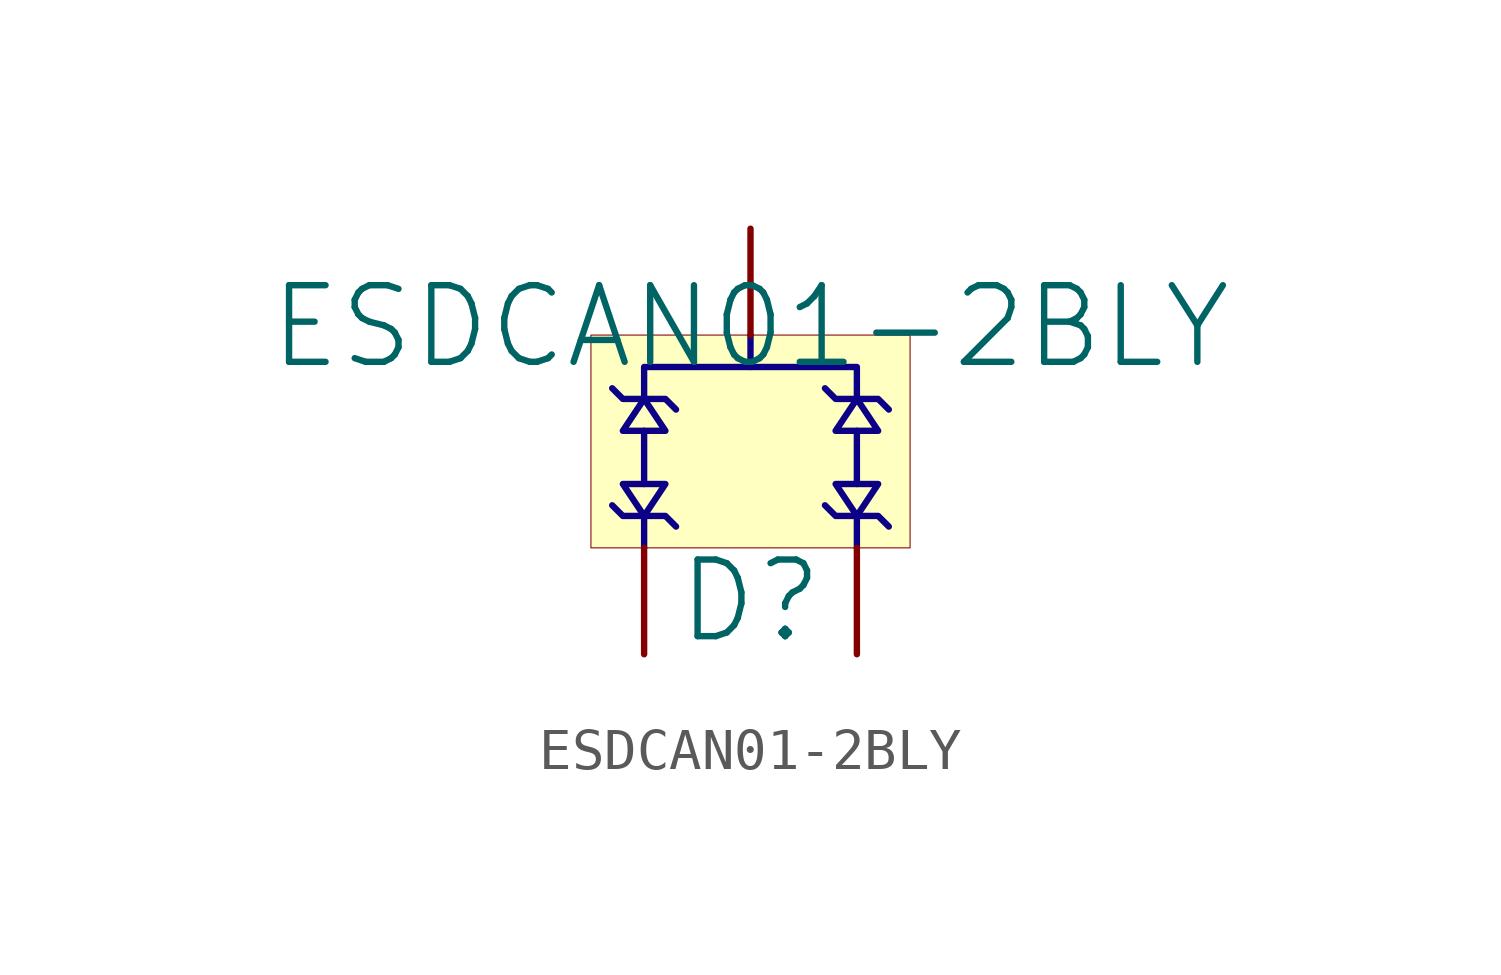
<source format=kicad_sym>
(kicad_symbol_lib
  (version 20241209)
  (generator "kicad_symbol_editor")
  (generator_version "9.0")
  (symbol "ESDCAN01-2BLY"
    (pin_numbers
      (hide yes))
    (pin_names
      (hide yes))
    (property "Reference" "D"
      (at 0 -3.81 0)
      (effects (font (size 1.829 1.829))))
    (property "Value" "ESDCAN01-2BLY"
      (at 0 3.81 0)
      (effects (font (size 1.829 1.829)) (justify top)))
    (symbol "ESDCAN01-2BLY_1_0"
      (polyline (pts (xy -3.302 -1.524) (xy -3.048 -1.778) (xy -2.032 -1.778) (xy -1.778 -2.032)) (stroke (width 0) (type solid) (color 12 0 135 1)) (fill (type none)))
      (polyline (pts (xy -3.048 -1.016) (xy -2.54 -1.778) (xy -2.032 -1.016) (xy -3.048 -1.016)) (stroke (width 0) (type solid) (color 12 0 135 1)) (fill (type none)))
      (polyline (pts (xy -2.54 -1.016) (xy -2.54 0.254)) (stroke (width 0) (type solid) (color 12 0 135 1)) (fill (type none)))
      (polyline (pts (xy -2.54 -2.54) (xy -2.54 -1.778)) (stroke (width 0) (type solid) (color 12 0 135 1)) (fill (type none)))
      (polyline (pts (xy -2.032 0.254) (xy -2.54 1.016) (xy -3.048 0.254) (xy -2.032 0.254)) (stroke (width 0) (type solid) (color 12 0 135 1)) (fill (type none)))
      (polyline (pts (xy -1.778 0.762) (xy -2.032 1.016) (xy -3.048 1.016) (xy -3.302 1.27)) (stroke (width 0) (type solid) (color 12 0 135 1)) (fill (type none)))
      (polyline (pts (xy 0 1.778) (xy 0 2.54)) (stroke (width 0) (type solid) (color 12 0 135 1)) (fill (type none)))
      (polyline (pts (xy 1.778 -1.524) (xy 2.032 -1.778) (xy 3.048 -1.778) (xy 3.302 -2.032)) (stroke (width 0) (type solid) (color 12 0 135 1)) (fill (type none)))
      (polyline (pts (xy 2.032 -1.016) (xy 2.54 -1.778) (xy 3.048 -1.016) (xy 2.032 -1.016)) (stroke (width 0) (type solid) (color 12 0 135 1)) (fill (type none)))
      (polyline (pts (xy 2.54 1.016) (xy 2.54 1.778) (xy -2.54 1.778) (xy -2.54 1.016)) (stroke (width 0) (type solid) (color 12 0 135 1)) (fill (type none)))
      (polyline (pts (xy 2.54 -1.016) (xy 2.54 0.254)) (stroke (width 0) (type solid) (color 12 0 135 1)) (fill (type none)))
      (polyline (pts (xy 2.54 -2.54) (xy 2.54 -1.778)) (stroke (width 0) (type solid) (color 12 0 135 1)) (fill (type none)))
      (polyline (pts (xy 3.048 0.254) (xy 2.54 1.016) (xy 2.032 0.254) (xy 3.048 0.254)) (stroke (width 0) (type solid) (color 12 0 135 1)) (fill (type none)))
      (polyline (pts (xy 3.302 0.762) (xy 3.048 1.016) (xy 2.032 1.016) (xy 1.778 1.27)) (stroke (width 0) (type solid) (color 12 0 135 1)) (fill (type none)))
      (rectangle (start 3.81 2.54) (end -3.81 -2.54) (stroke (width 0.025) (type solid) (color 128 0 0 1)) (fill (type background)))
      (pin passive line (at -2.54 -5.08 90) (length 2.54) (name "Anode_1" (effects (font (size 1.27 1.27)))) (number "1" (effects (font (size 1.27 1.27)))))
      (pin passive line (at 0 5.08 270) (length 2.54) (name "Cathode" (effects (font (size 1.27 1.27)))) (number "3" (effects (font (size 1.27 1.27)))))
      (pin passive line (at 2.54 -5.08 90) (length 2.54) (name "Anode_2" (effects (font (size 1.27 1.27)))) (number "2" (effects (font (size 1.27 1.27))))))))
</source>
